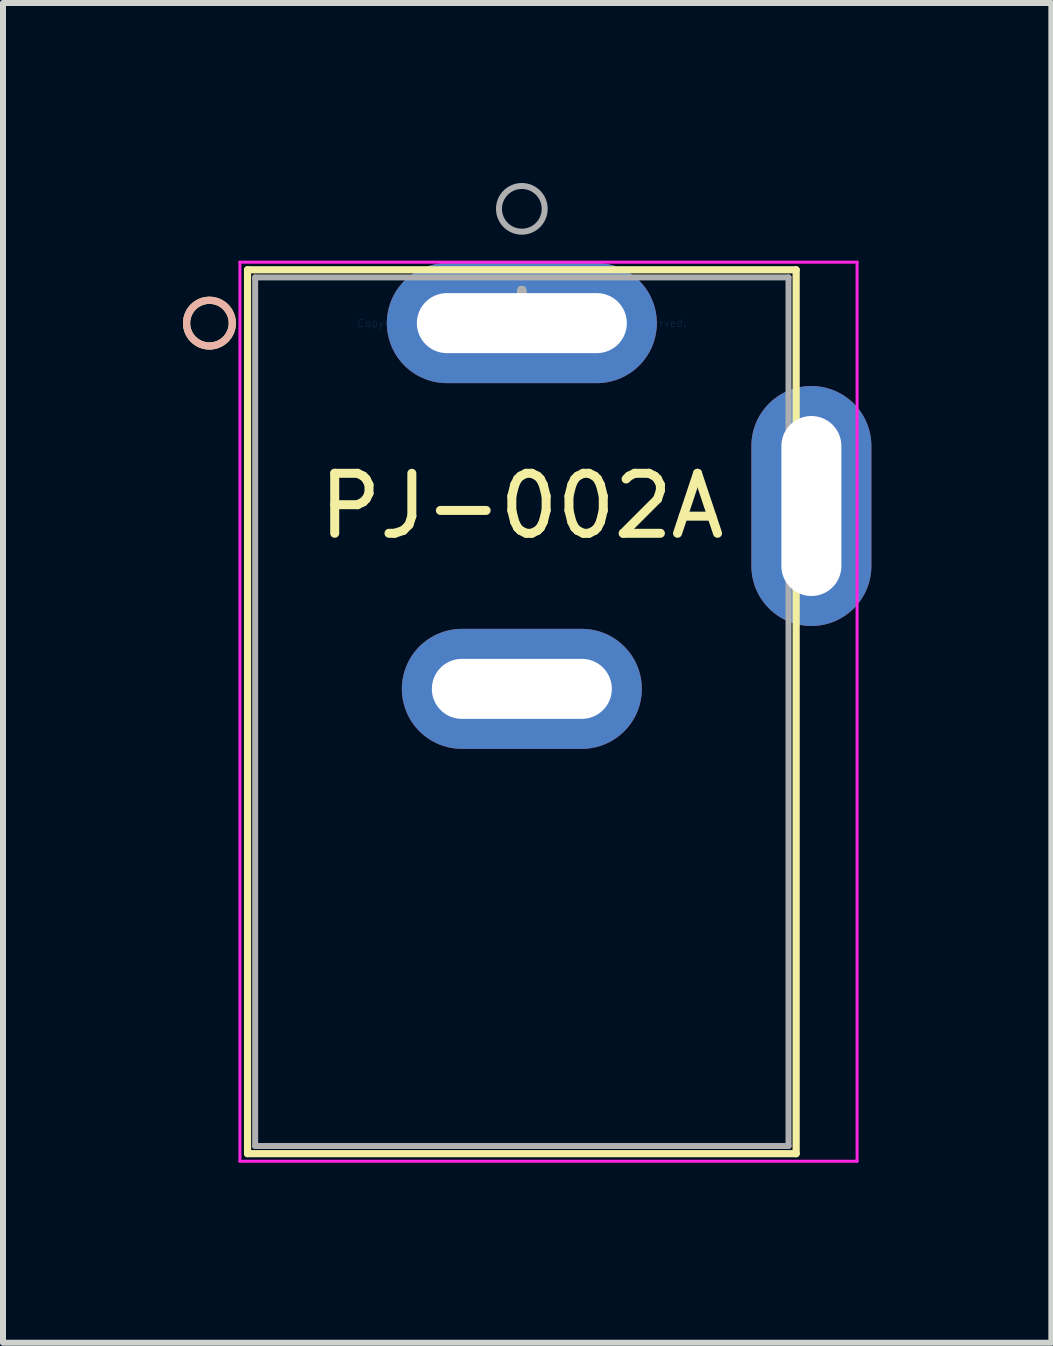
<source format=kicad_pcb>
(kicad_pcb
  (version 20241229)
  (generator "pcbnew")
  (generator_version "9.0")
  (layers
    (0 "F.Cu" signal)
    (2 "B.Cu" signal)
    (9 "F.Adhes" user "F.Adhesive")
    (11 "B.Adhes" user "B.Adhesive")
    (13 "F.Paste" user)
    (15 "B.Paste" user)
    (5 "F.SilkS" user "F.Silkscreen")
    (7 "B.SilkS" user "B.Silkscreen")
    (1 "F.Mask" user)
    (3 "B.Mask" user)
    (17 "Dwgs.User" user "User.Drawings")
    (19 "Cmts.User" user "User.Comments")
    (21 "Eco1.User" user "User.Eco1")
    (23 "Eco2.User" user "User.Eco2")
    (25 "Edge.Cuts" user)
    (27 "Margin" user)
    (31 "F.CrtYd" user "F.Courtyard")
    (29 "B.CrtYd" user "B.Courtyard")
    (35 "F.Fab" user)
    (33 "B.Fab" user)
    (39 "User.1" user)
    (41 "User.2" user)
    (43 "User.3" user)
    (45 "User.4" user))
  (footprint "PJ-002A"
    (layer "F.Cu")
    (at 5.648 2.336)
    (property "Reference" "PJ-002A" (at 0 3.048 0) (layer "F.SilkS") (effects (font (size 1 1) (thickness 0.15))))
    (attr through_hole)
    (fp_line (start -4.572 -0.889) (end -4.572 13.843) (stroke (width 0.12) (type solid)) (layer "F.SilkS"))
    (fp_line (start -4.572 13.843) (end 4.572 13.843) (stroke (width 0.12) (type solid)) (layer "F.SilkS"))
    (fp_line (start 4.572 -0.889) (end -4.572 -0.889) (stroke (width 0.12) (type solid)) (layer "F.SilkS"))
    (fp_line (start 4.572 2.247) (end 4.572 -0.889) (stroke (width 0.12) (type solid)) (layer "F.SilkS"))
    (fp_line (start 4.572 13.843) (end 4.572 3.849) (stroke (width 0.12) (type solid)) (layer "F.SilkS"))
    (fp_circle (center -5.207 0) (end -4.826 0) (stroke (width 0.12) (type solid)) (fill no) (layer "F.SilkS"))
    (fp_circle (center -5.207 0) (end -4.826 0) (stroke (width 0.12) (type solid)) (fill no) (layer "B.SilkS"))
    (fp_line (start -4.699 -1.016) (end -4.699 13.97) (stroke (width 0.05) (type solid)) (layer "F.CrtYd"))
    (fp_line (start -4.699 13.97) (end 5.588 13.97) (stroke (width 0.05) (type solid)) (layer "F.CrtYd"))
    (fp_line (start 5.588 -1.016) (end -4.699 -1.016) (stroke (width 0.05) (type solid)) (layer "F.CrtYd"))
    (fp_line (start 5.588 13.97) (end 5.588 -1.016) (stroke (width 0.05) (type solid)) (layer "F.CrtYd"))
    (fp_line (start -4.445 -0.762) (end -4.445 13.716) (stroke (width 0.1) (type solid)) (layer "F.Fab"))
    (fp_line (start -4.445 13.716) (end 4.445 13.716) (stroke (width 0.1) (type solid)) (layer "F.Fab"))
    (fp_line (start 4.445 -0.762) (end -4.445 -0.762) (stroke (width 0.1) (type solid)) (layer "F.Fab"))
    (fp_line (start 4.445 13.716) (end 4.445 -0.762) (stroke (width 0.1) (type solid)) (layer "F.Fab"))
    (fp_circle (center 0 -1.905) (end 0.381 -1.905) (stroke (width 0.1) (type solid)) (fill no) (layer "F.Fab"))
    (fp_text user "*" (at 0 0 0) (layer "F.SilkS") (effects (font (size 1 1) (thickness 0.15))))
    (fp_text user "Copyright 2021 Accelerated Designs. All rights reserved." (at 0 0 0) (layer "Cmts.User") (effects (font (size 0.127 0.127) (thickness 0.002))))
    (fp_text user "*" (at 0 0 0) (layer "F.Fab") (effects (font (size 1 1) (thickness 0.15))))
    (pad "1" thru_hole oval (at 0 0) (size 4.5 2) (drill oval 3.5 1) (layers "*.Cu" "*.Mask"))
    (pad "2" thru_hole oval (at 0 6.096) (size 4 2) (drill oval 3 1) (layers "*.Cu" "*.Mask"))
    (pad "3" thru_hole oval (at 4.826 3.048 90) (size 4 2) (drill oval 3 1) (layers "*.Cu" "*.Mask")))
  (gr_rect
    (start -3 -3)
    (end 14.474 19.331)
    (stroke (width 0.1) (type default))
    (fill no)
    (layer "Edge.Cuts")))
</source>
